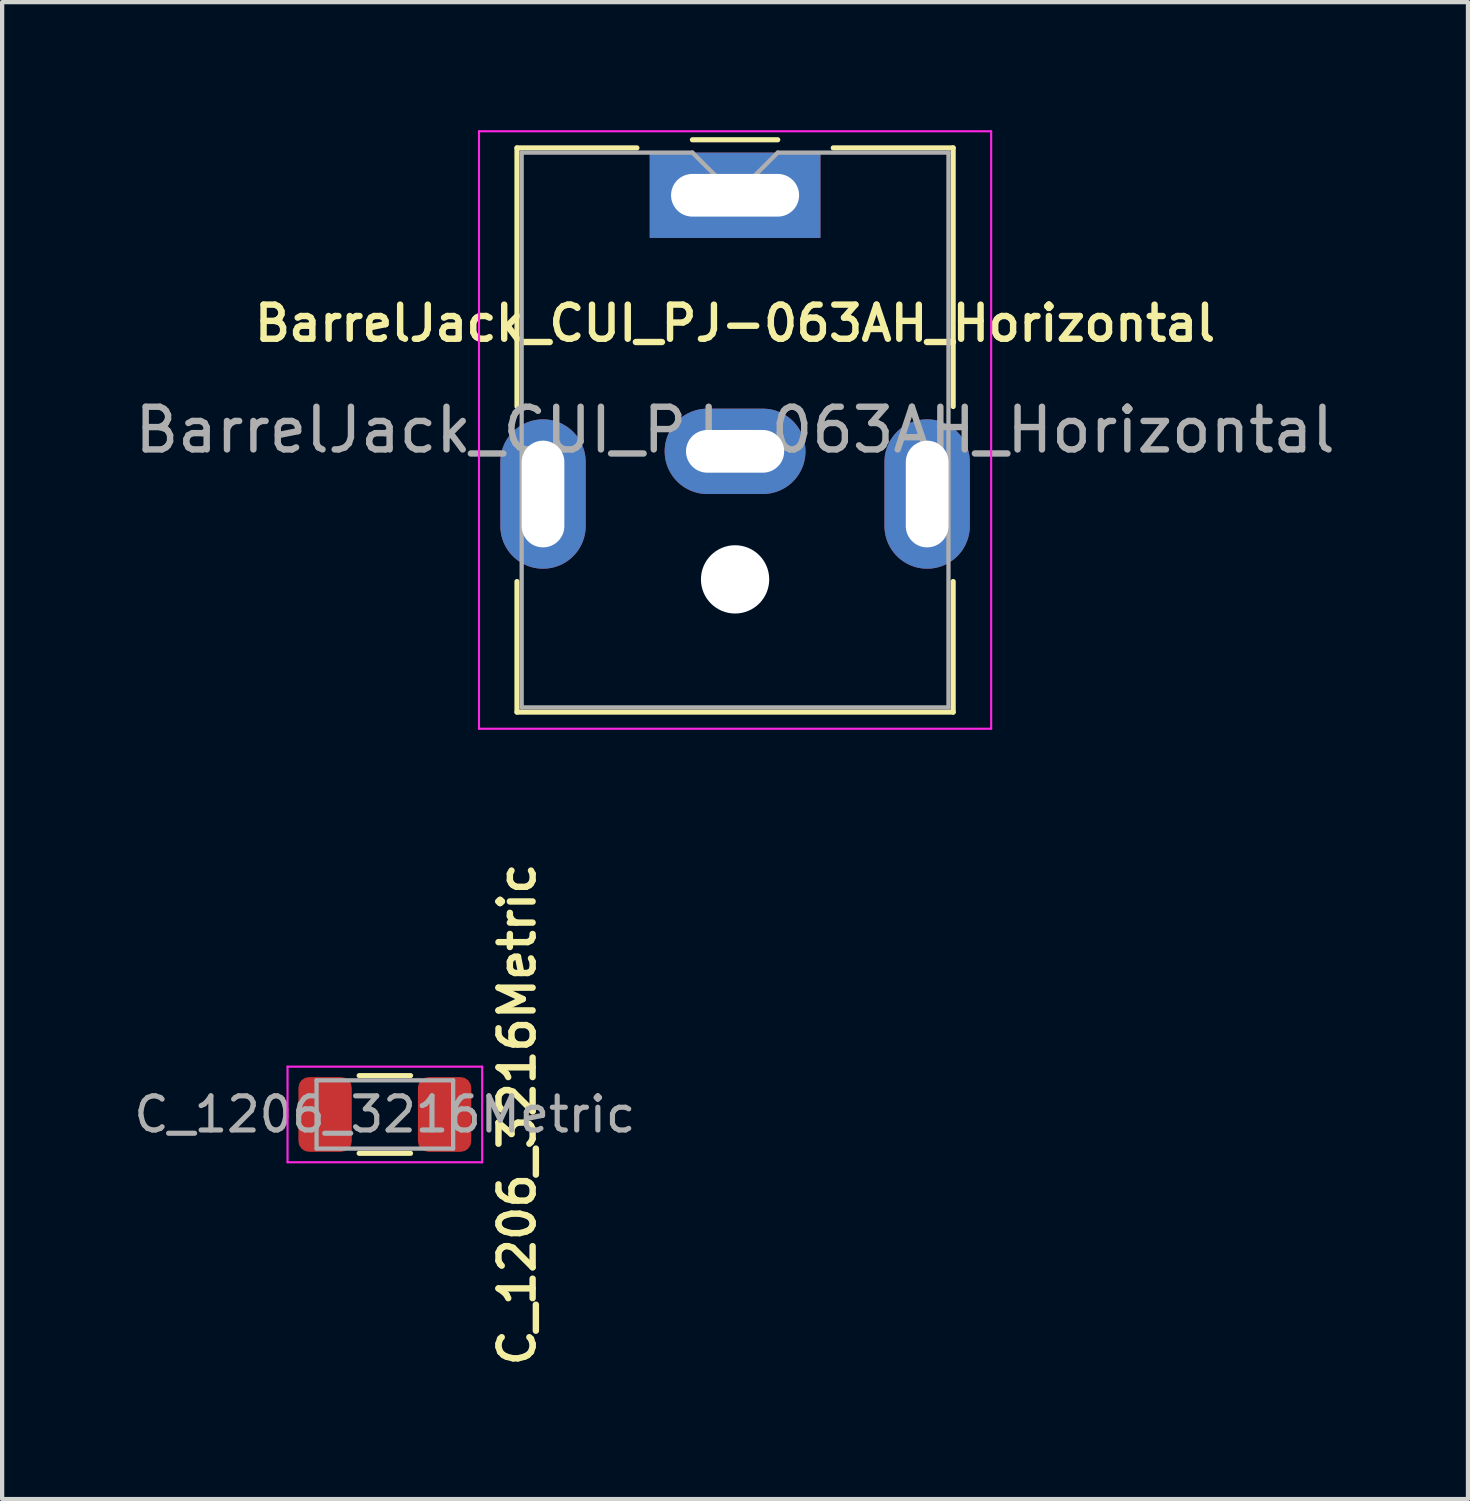
<source format=kicad_pcb>
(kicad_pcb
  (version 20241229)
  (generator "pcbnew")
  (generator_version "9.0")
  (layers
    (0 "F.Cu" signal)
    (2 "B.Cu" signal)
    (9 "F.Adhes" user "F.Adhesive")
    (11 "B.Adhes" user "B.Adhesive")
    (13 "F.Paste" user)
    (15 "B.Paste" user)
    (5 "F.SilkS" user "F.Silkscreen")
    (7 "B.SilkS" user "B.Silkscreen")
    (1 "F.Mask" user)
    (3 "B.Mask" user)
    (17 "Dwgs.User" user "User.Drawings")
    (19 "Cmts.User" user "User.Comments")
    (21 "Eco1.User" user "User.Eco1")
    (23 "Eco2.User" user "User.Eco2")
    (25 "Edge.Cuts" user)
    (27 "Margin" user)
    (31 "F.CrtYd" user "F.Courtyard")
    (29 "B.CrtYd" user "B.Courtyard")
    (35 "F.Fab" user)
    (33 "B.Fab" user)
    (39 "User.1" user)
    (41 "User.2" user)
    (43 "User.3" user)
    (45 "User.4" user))
  (footprint "C_1206_3216Metric"
    (layer "F.Cu")
    (at 5.967 23.062)
    (property "Reference" "C_1206_3216Metric" (at 3.1 0 90) (layer "F.SilkS") (effects (font (size 0.8 0.8) (thickness 0.15))))
    (attr smd)
    (fp_line (start -0.602 -0.91) (end 0.602 -0.91) (stroke (width 0.12) (type solid)) (layer "F.SilkS"))
    (fp_line (start -0.602 0.91) (end 0.602 0.91) (stroke (width 0.12) (type solid)) (layer "F.SilkS"))
    (fp_line (start -2.28 -1.12) (end 2.28 -1.12) (stroke (width 0.05) (type solid)) (layer "F.CrtYd"))
    (fp_line (start -2.28 1.12) (end -2.28 -1.12) (stroke (width 0.05) (type solid)) (layer "F.CrtYd"))
    (fp_line (start 2.28 -1.12) (end 2.28 1.12) (stroke (width 0.05) (type solid)) (layer "F.CrtYd"))
    (fp_line (start 2.28 1.12) (end -2.28 1.12) (stroke (width 0.05) (type solid)) (layer "F.CrtYd"))
    (fp_line (start -1.6 -0.8) (end 1.6 -0.8) (stroke (width 0.1) (type solid)) (layer "F.Fab"))
    (fp_line (start -1.6 0.8) (end -1.6 -0.8) (stroke (width 0.1) (type solid)) (layer "F.Fab"))
    (fp_line (start 1.6 -0.8) (end 1.6 0.8) (stroke (width 0.1) (type solid)) (layer "F.Fab"))
    (fp_line (start 1.6 0.8) (end -1.6 0.8) (stroke (width 0.1) (type solid)) (layer "F.Fab"))
    (fp_text user "${REFERENCE}" (at 0 0 0) (layer "F.Fab") (effects (font (size 0.8 0.8) (thickness 0.12))))
    (pad "1" smd roundrect (at -1.4 0) (size 1.25 1.75) (layers "F.Cu" "F.Mask" "F.Paste") (roundrect_rratio 0.2))
    (pad "2" smd roundrect (at 1.4 0) (size 1.25 1.75) (layers "F.Cu" "F.Mask" "F.Paste") (roundrect_rratio 0.2)))
  (footprint "BarrelJack_CUI_PJ-063AH_Horizontal"
    (layer "F.Cu")
    (at 14.173 1.525)
    (property "Reference" "BarrelJack_CUI_PJ-063AH_Horizontal" (at 0 3 0) (layer "F.SilkS") (effects (font (size 0.8 0.8) (thickness 0.15))))
    (attr through_hole)
    (fp_line (start -5.11 -1.11) (end -2.3 -1.11) (stroke (width 0.12) (type solid)) (layer "F.SilkS"))
    (fp_line (start -5.11 4.95) (end -5.11 -1.11) (stroke (width 0.12) (type solid)) (layer "F.SilkS"))
    (fp_line (start -5.11 12.11) (end -5.11 9.05) (stroke (width 0.12) (type solid)) (layer "F.SilkS"))
    (fp_line (start -1 -1.3) (end 1 -1.3) (stroke (width 0.12) (type solid)) (layer "F.SilkS"))
    (fp_line (start 2.3 -1.11) (end 5.11 -1.11) (stroke (width 0.12) (type solid)) (layer "F.SilkS"))
    (fp_line (start 5.11 -1.11) (end 5.11 4.95) (stroke (width 0.12) (type solid)) (layer "F.SilkS"))
    (fp_line (start 5.11 9.05) (end 5.11 12.11) (stroke (width 0.12) (type solid)) (layer "F.SilkS"))
    (fp_line (start 5.11 12.11) (end -5.11 12.11) (stroke (width 0.12) (type solid)) (layer "F.SilkS"))
    (fp_line (start -6 -1.5) (end -6 12.5) (stroke (width 0.05) (type solid)) (layer "F.CrtYd"))
    (fp_line (start -6 12.5) (end 6 12.5) (stroke (width 0.05) (type solid)) (layer "F.CrtYd"))
    (fp_line (start 6 -1.5) (end -6 -1.5) (stroke (width 0.05) (type solid)) (layer "F.CrtYd"))
    (fp_line (start 6 12.5) (end 6 -1.5) (stroke (width 0.05) (type solid)) (layer "F.CrtYd"))
    (fp_line (start -5 -1) (end -1 -1) (stroke (width 0.1) (type solid)) (layer "F.Fab"))
    (fp_line (start -5 12) (end -5 -1) (stroke (width 0.1) (type solid)) (layer "F.Fab"))
    (fp_line (start -1 -1) (end 0 0) (stroke (width 0.1) (type solid)) (layer "F.Fab"))
    (fp_line (start 0 0) (end 1 -1) (stroke (width 0.1) (type solid)) (layer "F.Fab"))
    (fp_line (start 1 -1) (end 5 -1) (stroke (width 0.1) (type solid)) (layer "F.Fab"))
    (fp_line (start 5 -1) (end 5 12) (stroke (width 0.1) (type solid)) (layer "F.Fab"))
    (fp_line (start 5 12) (end -5 12) (stroke (width 0.1) (type solid)) (layer "F.Fab"))
    (fp_text user "${REFERENCE}" (at 0 5.5 0) (layer "F.Fab") (effects (font (size 1 1) (thickness 0.15))))
    (pad "" np_thru_hole circle (at 0 9) (size 1.6 1.6) (drill 1.6) (layers "*.Cu" "*.Mask"))
    (pad "1" thru_hole rect (at 0 0) (size 4 2) (drill oval 3 1) (layers "*.Cu" "*.Mask"))
    (pad "2" thru_hole oval (at 0 6) (size 3.3 2) (drill oval 2.3 1) (layers "*.Cu" "*.Mask"))
    (pad "MP" thru_hole oval (at -4.5 7) (size 2 3.5) (drill oval 1 2.5) (layers "*.Cu" "*.Mask"))
    (pad "MP" thru_hole oval (at 4.5 7) (size 2 3.5) (drill oval 1 2.5) (layers "*.Cu" "*.Mask")))
  (gr_rect
    (start -3 -3)
    (end 31.345 32.073)
    (stroke (width 0.1) (type default))
    (fill no)
    (layer "Edge.Cuts")))
</source>
